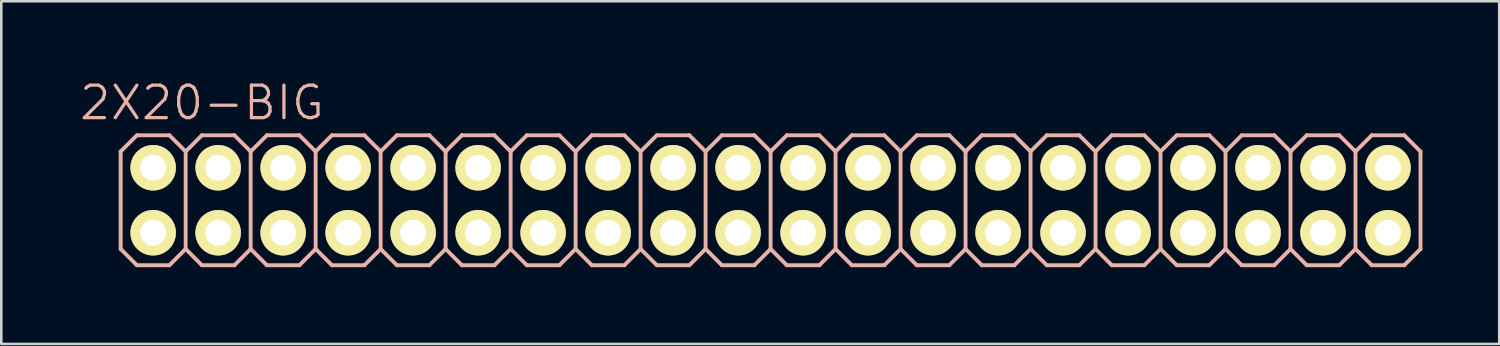
<source format=kicad_pcb>
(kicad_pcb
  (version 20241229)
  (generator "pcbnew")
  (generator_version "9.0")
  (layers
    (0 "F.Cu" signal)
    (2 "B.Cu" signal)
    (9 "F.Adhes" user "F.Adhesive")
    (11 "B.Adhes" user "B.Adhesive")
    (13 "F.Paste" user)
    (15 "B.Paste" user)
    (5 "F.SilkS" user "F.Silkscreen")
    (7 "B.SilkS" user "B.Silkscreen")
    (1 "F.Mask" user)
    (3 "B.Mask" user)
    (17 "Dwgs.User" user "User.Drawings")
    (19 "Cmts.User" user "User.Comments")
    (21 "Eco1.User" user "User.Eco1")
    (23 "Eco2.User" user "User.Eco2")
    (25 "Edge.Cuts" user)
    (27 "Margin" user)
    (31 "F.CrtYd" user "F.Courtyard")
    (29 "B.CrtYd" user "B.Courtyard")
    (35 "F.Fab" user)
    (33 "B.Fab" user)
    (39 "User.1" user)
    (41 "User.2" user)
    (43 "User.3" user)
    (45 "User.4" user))
  (footprint "2X20-BIG"
    (layer "F.Cu")
    (at 27.066 4.776)
    (property "Reference" "2X20-BIG" (at -22.225 -3.81 0) (layer "B.SilkS") (effects (font (size 1.27 1.27) (thickness 0.127))))
    (attr exclude_from_pos_files exclude_from_bom)
    (fp_line (start -24.384 -1.524) (end -23.876 -1.524) (stroke (width 0.066) (type solid)) (layer "F.SilkS"))
    (fp_line (start -24.384 -1.016) (end -24.384 -1.524) (stroke (width 0.066) (type solid)) (layer "F.SilkS"))
    (fp_line (start -24.384 -1.016) (end -23.876 -1.016) (stroke (width 0.066) (type solid)) (layer "F.SilkS"))
    (fp_line (start -24.384 1.016) (end -23.876 1.016) (stroke (width 0.066) (type solid)) (layer "F.SilkS"))
    (fp_line (start -24.384 1.524) (end -24.384 1.016) (stroke (width 0.066) (type solid)) (layer "F.SilkS"))
    (fp_line (start -24.384 1.524) (end -23.876 1.524) (stroke (width 0.066) (type solid)) (layer "F.SilkS"))
    (fp_line (start -23.876 -1.016) (end -23.876 -1.524) (stroke (width 0.066) (type solid)) (layer "F.SilkS"))
    (fp_line (start -23.876 1.524) (end -23.876 1.016) (stroke (width 0.066) (type solid)) (layer "F.SilkS"))
    (fp_line (start -21.844 -1.524) (end -21.336 -1.524) (stroke (width 0.066) (type solid)) (layer "F.SilkS"))
    (fp_line (start -21.844 -1.016) (end -21.844 -1.524) (stroke (width 0.066) (type solid)) (layer "F.SilkS"))
    (fp_line (start -21.844 -1.016) (end -21.336 -1.016) (stroke (width 0.066) (type solid)) (layer "F.SilkS"))
    (fp_line (start -21.844 1.016) (end -21.336 1.016) (stroke (width 0.066) (type solid)) (layer "F.SilkS"))
    (fp_line (start -21.844 1.524) (end -21.844 1.016) (stroke (width 0.066) (type solid)) (layer "F.SilkS"))
    (fp_line (start -21.844 1.524) (end -21.336 1.524) (stroke (width 0.066) (type solid)) (layer "F.SilkS"))
    (fp_line (start -21.336 -1.016) (end -21.336 -1.524) (stroke (width 0.066) (type solid)) (layer "F.SilkS"))
    (fp_line (start -21.336 1.524) (end -21.336 1.016) (stroke (width 0.066) (type solid)) (layer "F.SilkS"))
    (fp_line (start -19.304 -1.524) (end -18.796 -1.524) (stroke (width 0.066) (type solid)) (layer "F.SilkS"))
    (fp_line (start -19.304 -1.016) (end -19.304 -1.524) (stroke (width 0.066) (type solid)) (layer "F.SilkS"))
    (fp_line (start -19.304 -1.016) (end -18.796 -1.016) (stroke (width 0.066) (type solid)) (layer "F.SilkS"))
    (fp_line (start -19.304 1.016) (end -18.796 1.016) (stroke (width 0.066) (type solid)) (layer "F.SilkS"))
    (fp_line (start -19.304 1.524) (end -19.304 1.016) (stroke (width 0.066) (type solid)) (layer "F.SilkS"))
    (fp_line (start -19.304 1.524) (end -18.796 1.524) (stroke (width 0.066) (type solid)) (layer "F.SilkS"))
    (fp_line (start -18.796 -1.016) (end -18.796 -1.524) (stroke (width 0.066) (type solid)) (layer "F.SilkS"))
    (fp_line (start -18.796 1.524) (end -18.796 1.016) (stroke (width 0.066) (type solid)) (layer "F.SilkS"))
    (fp_line (start -16.764 -1.524) (end -16.256 -1.524) (stroke (width 0.066) (type solid)) (layer "F.SilkS"))
    (fp_line (start -16.764 -1.016) (end -16.764 -1.524) (stroke (width 0.066) (type solid)) (layer "F.SilkS"))
    (fp_line (start -16.764 -1.016) (end -16.256 -1.016) (stroke (width 0.066) (type solid)) (layer "F.SilkS"))
    (fp_line (start -16.764 1.016) (end -16.256 1.016) (stroke (width 0.066) (type solid)) (layer "F.SilkS"))
    (fp_line (start -16.764 1.524) (end -16.764 1.016) (stroke (width 0.066) (type solid)) (layer "F.SilkS"))
    (fp_line (start -16.764 1.524) (end -16.256 1.524) (stroke (width 0.066) (type solid)) (layer "F.SilkS"))
    (fp_line (start -16.256 -1.016) (end -16.256 -1.524) (stroke (width 0.066) (type solid)) (layer "F.SilkS"))
    (fp_line (start -16.256 1.524) (end -16.256 1.016) (stroke (width 0.066) (type solid)) (layer "F.SilkS"))
    (fp_line (start -14.224 -1.524) (end -13.716 -1.524) (stroke (width 0.066) (type solid)) (layer "F.SilkS"))
    (fp_line (start -14.224 -1.016) (end -14.224 -1.524) (stroke (width 0.066) (type solid)) (layer "F.SilkS"))
    (fp_line (start -14.224 -1.016) (end -13.716 -1.016) (stroke (width 0.066) (type solid)) (layer "F.SilkS"))
    (fp_line (start -14.224 1.016) (end -13.716 1.016) (stroke (width 0.066) (type solid)) (layer "F.SilkS"))
    (fp_line (start -14.224 1.524) (end -14.224 1.016) (stroke (width 0.066) (type solid)) (layer "F.SilkS"))
    (fp_line (start -14.224 1.524) (end -13.716 1.524) (stroke (width 0.066) (type solid)) (layer "F.SilkS"))
    (fp_line (start -13.716 -1.016) (end -13.716 -1.524) (stroke (width 0.066) (type solid)) (layer "F.SilkS"))
    (fp_line (start -13.716 1.524) (end -13.716 1.016) (stroke (width 0.066) (type solid)) (layer "F.SilkS"))
    (fp_line (start -11.684 -1.524) (end -11.176 -1.524) (stroke (width 0.066) (type solid)) (layer "F.SilkS"))
    (fp_line (start -11.684 -1.016) (end -11.684 -1.524) (stroke (width 0.066) (type solid)) (layer "F.SilkS"))
    (fp_line (start -11.684 -1.016) (end -11.176 -1.016) (stroke (width 0.066) (type solid)) (layer "F.SilkS"))
    (fp_line (start -11.684 1.016) (end -11.176 1.016) (stroke (width 0.066) (type solid)) (layer "F.SilkS"))
    (fp_line (start -11.684 1.524) (end -11.684 1.016) (stroke (width 0.066) (type solid)) (layer "F.SilkS"))
    (fp_line (start -11.684 1.524) (end -11.176 1.524) (stroke (width 0.066) (type solid)) (layer "F.SilkS"))
    (fp_line (start -11.176 -1.016) (end -11.176 -1.524) (stroke (width 0.066) (type solid)) (layer "F.SilkS"))
    (fp_line (start -11.176 1.524) (end -11.176 1.016) (stroke (width 0.066) (type solid)) (layer "F.SilkS"))
    (fp_line (start -9.144 -1.524) (end -8.636 -1.524) (stroke (width 0.066) (type solid)) (layer "F.SilkS"))
    (fp_line (start -9.144 -1.016) (end -9.144 -1.524) (stroke (width 0.066) (type solid)) (layer "F.SilkS"))
    (fp_line (start -9.144 -1.016) (end -8.636 -1.016) (stroke (width 0.066) (type solid)) (layer "F.SilkS"))
    (fp_line (start -9.144 1.016) (end -8.636 1.016) (stroke (width 0.066) (type solid)) (layer "F.SilkS"))
    (fp_line (start -9.144 1.524) (end -9.144 1.016) (stroke (width 0.066) (type solid)) (layer "F.SilkS"))
    (fp_line (start -9.144 1.524) (end -8.636 1.524) (stroke (width 0.066) (type solid)) (layer "F.SilkS"))
    (fp_line (start -8.636 -1.016) (end -8.636 -1.524) (stroke (width 0.066) (type solid)) (layer "F.SilkS"))
    (fp_line (start -8.636 1.524) (end -8.636 1.016) (stroke (width 0.066) (type solid)) (layer "F.SilkS"))
    (fp_line (start -6.604 -1.524) (end -6.096 -1.524) (stroke (width 0.066) (type solid)) (layer "F.SilkS"))
    (fp_line (start -6.604 -1.016) (end -6.604 -1.524) (stroke (width 0.066) (type solid)) (layer "F.SilkS"))
    (fp_line (start -6.604 -1.016) (end -6.096 -1.016) (stroke (width 0.066) (type solid)) (layer "F.SilkS"))
    (fp_line (start -6.604 1.016) (end -6.096 1.016) (stroke (width 0.066) (type solid)) (layer "F.SilkS"))
    (fp_line (start -6.604 1.524) (end -6.604 1.016) (stroke (width 0.066) (type solid)) (layer "F.SilkS"))
    (fp_line (start -6.604 1.524) (end -6.096 1.524) (stroke (width 0.066) (type solid)) (layer "F.SilkS"))
    (fp_line (start -6.096 -1.016) (end -6.096 -1.524) (stroke (width 0.066) (type solid)) (layer "F.SilkS"))
    (fp_line (start -6.096 1.524) (end -6.096 1.016) (stroke (width 0.066) (type solid)) (layer "F.SilkS"))
    (fp_line (start -4.064 -1.524) (end -3.556 -1.524) (stroke (width 0.066) (type solid)) (layer "F.SilkS"))
    (fp_line (start -4.064 -1.016) (end -4.064 -1.524) (stroke (width 0.066) (type solid)) (layer "F.SilkS"))
    (fp_line (start -4.064 -1.016) (end -3.556 -1.016) (stroke (width 0.066) (type solid)) (layer "F.SilkS"))
    (fp_line (start -4.064 1.016) (end -3.556 1.016) (stroke (width 0.066) (type solid)) (layer "F.SilkS"))
    (fp_line (start -4.064 1.524) (end -4.064 1.016) (stroke (width 0.066) (type solid)) (layer "F.SilkS"))
    (fp_line (start -4.064 1.524) (end -3.556 1.524) (stroke (width 0.066) (type solid)) (layer "F.SilkS"))
    (fp_line (start -3.556 -1.016) (end -3.556 -1.524) (stroke (width 0.066) (type solid)) (layer "F.SilkS"))
    (fp_line (start -3.556 1.524) (end -3.556 1.016) (stroke (width 0.066) (type solid)) (layer "F.SilkS"))
    (fp_line (start -1.524 -1.524) (end -1.016 -1.524) (stroke (width 0.066) (type solid)) (layer "F.SilkS"))
    (fp_line (start -1.524 -1.016) (end -1.524 -1.524) (stroke (width 0.066) (type solid)) (layer "F.SilkS"))
    (fp_line (start -1.524 -1.016) (end -1.016 -1.016) (stroke (width 0.066) (type solid)) (layer "F.SilkS"))
    (fp_line (start -1.524 1.016) (end -1.016 1.016) (stroke (width 0.066) (type solid)) (layer "F.SilkS"))
    (fp_line (start -1.524 1.524) (end -1.524 1.016) (stroke (width 0.066) (type solid)) (layer "F.SilkS"))
    (fp_line (start -1.524 1.524) (end -1.016 1.524) (stroke (width 0.066) (type solid)) (layer "F.SilkS"))
    (fp_line (start -1.016 -1.016) (end -1.016 -1.524) (stroke (width 0.066) (type solid)) (layer "F.SilkS"))
    (fp_line (start -1.016 1.524) (end -1.016 1.016) (stroke (width 0.066) (type solid)) (layer "F.SilkS"))
    (fp_line (start 1.016 -1.524) (end 1.524 -1.524) (stroke (width 0.066) (type solid)) (layer "F.SilkS"))
    (fp_line (start 1.016 -1.016) (end 1.016 -1.524) (stroke (width 0.066) (type solid)) (layer "F.SilkS"))
    (fp_line (start 1.016 -1.016) (end 1.524 -1.016) (stroke (width 0.066) (type solid)) (layer "F.SilkS"))
    (fp_line (start 1.016 1.016) (end 1.524 1.016) (stroke (width 0.066) (type solid)) (layer "F.SilkS"))
    (fp_line (start 1.016 1.524) (end 1.016 1.016) (stroke (width 0.066) (type solid)) (layer "F.SilkS"))
    (fp_line (start 1.016 1.524) (end 1.524 1.524) (stroke (width 0.066) (type solid)) (layer "F.SilkS"))
    (fp_line (start 1.524 -1.016) (end 1.524 -1.524) (stroke (width 0.066) (type solid)) (layer "F.SilkS"))
    (fp_line (start 1.524 1.524) (end 1.524 1.016) (stroke (width 0.066) (type solid)) (layer "F.SilkS"))
    (fp_line (start 3.556 -1.524) (end 4.064 -1.524) (stroke (width 0.066) (type solid)) (layer "F.SilkS"))
    (fp_line (start 3.556 -1.016) (end 3.556 -1.524) (stroke (width 0.066) (type solid)) (layer "F.SilkS"))
    (fp_line (start 3.556 -1.016) (end 4.064 -1.016) (stroke (width 0.066) (type solid)) (layer "F.SilkS"))
    (fp_line (start 3.556 1.016) (end 4.064 1.016) (stroke (width 0.066) (type solid)) (layer "F.SilkS"))
    (fp_line (start 3.556 1.524) (end 3.556 1.016) (stroke (width 0.066) (type solid)) (layer "F.SilkS"))
    (fp_line (start 3.556 1.524) (end 4.064 1.524) (stroke (width 0.066) (type solid)) (layer "F.SilkS"))
    (fp_line (start 4.064 -1.016) (end 4.064 -1.524) (stroke (width 0.066) (type solid)) (layer "F.SilkS"))
    (fp_line (start 4.064 1.524) (end 4.064 1.016) (stroke (width 0.066) (type solid)) (layer "F.SilkS"))
    (fp_line (start 6.096 -1.524) (end 6.604 -1.524) (stroke (width 0.066) (type solid)) (layer "F.SilkS"))
    (fp_line (start 6.096 -1.016) (end 6.096 -1.524) (stroke (width 0.066) (type solid)) (layer "F.SilkS"))
    (fp_line (start 6.096 -1.016) (end 6.604 -1.016) (stroke (width 0.066) (type solid)) (layer "F.SilkS"))
    (fp_line (start 6.096 1.016) (end 6.604 1.016) (stroke (width 0.066) (type solid)) (layer "F.SilkS"))
    (fp_line (start 6.096 1.524) (end 6.096 1.016) (stroke (width 0.066) (type solid)) (layer "F.SilkS"))
    (fp_line (start 6.096 1.524) (end 6.604 1.524) (stroke (width 0.066) (type solid)) (layer "F.SilkS"))
    (fp_line (start 6.604 -1.016) (end 6.604 -1.524) (stroke (width 0.066) (type solid)) (layer "F.SilkS"))
    (fp_line (start 6.604 1.524) (end 6.604 1.016) (stroke (width 0.066) (type solid)) (layer "F.SilkS"))
    (fp_line (start 8.636 -1.524) (end 9.144 -1.524) (stroke (width 0.066) (type solid)) (layer "F.SilkS"))
    (fp_line (start 8.636 -1.016) (end 8.636 -1.524) (stroke (width 0.066) (type solid)) (layer "F.SilkS"))
    (fp_line (start 8.636 -1.016) (end 9.144 -1.016) (stroke (width 0.066) (type solid)) (layer "F.SilkS"))
    (fp_line (start 8.636 1.016) (end 9.144 1.016) (stroke (width 0.066) (type solid)) (layer "F.SilkS"))
    (fp_line (start 8.636 1.524) (end 8.636 1.016) (stroke (width 0.066) (type solid)) (layer "F.SilkS"))
    (fp_line (start 8.636 1.524) (end 9.144 1.524) (stroke (width 0.066) (type solid)) (layer "F.SilkS"))
    (fp_line (start 9.144 -1.016) (end 9.144 -1.524) (stroke (width 0.066) (type solid)) (layer "F.SilkS"))
    (fp_line (start 9.144 1.524) (end 9.144 1.016) (stroke (width 0.066) (type solid)) (layer "F.SilkS"))
    (fp_line (start 11.176 -1.524) (end 11.684 -1.524) (stroke (width 0.066) (type solid)) (layer "F.SilkS"))
    (fp_line (start 11.176 -1.016) (end 11.176 -1.524) (stroke (width 0.066) (type solid)) (layer "F.SilkS"))
    (fp_line (start 11.176 -1.016) (end 11.684 -1.016) (stroke (width 0.066) (type solid)) (layer "F.SilkS"))
    (fp_line (start 11.176 1.016) (end 11.684 1.016) (stroke (width 0.066) (type solid)) (layer "F.SilkS"))
    (fp_line (start 11.176 1.524) (end 11.176 1.016) (stroke (width 0.066) (type solid)) (layer "F.SilkS"))
    (fp_line (start 11.176 1.524) (end 11.684 1.524) (stroke (width 0.066) (type solid)) (layer "F.SilkS"))
    (fp_line (start 11.684 -1.016) (end 11.684 -1.524) (stroke (width 0.066) (type solid)) (layer "F.SilkS"))
    (fp_line (start 11.684 1.524) (end 11.684 1.016) (stroke (width 0.066) (type solid)) (layer "F.SilkS"))
    (fp_line (start 13.716 -1.524) (end 14.224 -1.524) (stroke (width 0.066) (type solid)) (layer "F.SilkS"))
    (fp_line (start 13.716 -1.016) (end 13.716 -1.524) (stroke (width 0.066) (type solid)) (layer "F.SilkS"))
    (fp_line (start 13.716 -1.016) (end 14.224 -1.016) (stroke (width 0.066) (type solid)) (layer "F.SilkS"))
    (fp_line (start 13.716 1.016) (end 14.224 1.016) (stroke (width 0.066) (type solid)) (layer "F.SilkS"))
    (fp_line (start 13.716 1.524) (end 13.716 1.016) (stroke (width 0.066) (type solid)) (layer "F.SilkS"))
    (fp_line (start 13.716 1.524) (end 14.224 1.524) (stroke (width 0.066) (type solid)) (layer "F.SilkS"))
    (fp_line (start 14.224 -1.016) (end 14.224 -1.524) (stroke (width 0.066) (type solid)) (layer "F.SilkS"))
    (fp_line (start 14.224 1.524) (end 14.224 1.016) (stroke (width 0.066) (type solid)) (layer "F.SilkS"))
    (fp_line (start 16.256 -1.524) (end 16.764 -1.524) (stroke (width 0.066) (type solid)) (layer "F.SilkS"))
    (fp_line (start 16.256 -1.016) (end 16.256 -1.524) (stroke (width 0.066) (type solid)) (layer "F.SilkS"))
    (fp_line (start 16.256 -1.016) (end 16.764 -1.016) (stroke (width 0.066) (type solid)) (layer "F.SilkS"))
    (fp_line (start 16.256 1.016) (end 16.764 1.016) (stroke (width 0.066) (type solid)) (layer "F.SilkS"))
    (fp_line (start 16.256 1.524) (end 16.256 1.016) (stroke (width 0.066) (type solid)) (layer "F.SilkS"))
    (fp_line (start 16.256 1.524) (end 16.764 1.524) (stroke (width 0.066) (type solid)) (layer "F.SilkS"))
    (fp_line (start 16.764 -1.016) (end 16.764 -1.524) (stroke (width 0.066) (type solid)) (layer "F.SilkS"))
    (fp_line (start 16.764 1.524) (end 16.764 1.016) (stroke (width 0.066) (type solid)) (layer "F.SilkS"))
    (fp_line (start 18.796 -1.524) (end 19.304 -1.524) (stroke (width 0.066) (type solid)) (layer "F.SilkS"))
    (fp_line (start 18.796 -1.016) (end 18.796 -1.524) (stroke (width 0.066) (type solid)) (layer "F.SilkS"))
    (fp_line (start 18.796 -1.016) (end 19.304 -1.016) (stroke (width 0.066) (type solid)) (layer "F.SilkS"))
    (fp_line (start 18.796 1.016) (end 19.304 1.016) (stroke (width 0.066) (type solid)) (layer "F.SilkS"))
    (fp_line (start 18.796 1.524) (end 18.796 1.016) (stroke (width 0.066) (type solid)) (layer "F.SilkS"))
    (fp_line (start 18.796 1.524) (end 19.304 1.524) (stroke (width 0.066) (type solid)) (layer "F.SilkS"))
    (fp_line (start 19.304 -1.016) (end 19.304 -1.524) (stroke (width 0.066) (type solid)) (layer "F.SilkS"))
    (fp_line (start 19.304 1.524) (end 19.304 1.016) (stroke (width 0.066) (type solid)) (layer "F.SilkS"))
    (fp_line (start 21.336 -1.524) (end 21.844 -1.524) (stroke (width 0.066) (type solid)) (layer "F.SilkS"))
    (fp_line (start 21.336 -1.016) (end 21.336 -1.524) (stroke (width 0.066) (type solid)) (layer "F.SilkS"))
    (fp_line (start 21.336 -1.016) (end 21.844 -1.016) (stroke (width 0.066) (type solid)) (layer "F.SilkS"))
    (fp_line (start 21.336 1.016) (end 21.844 1.016) (stroke (width 0.066) (type solid)) (layer "F.SilkS"))
    (fp_line (start 21.336 1.524) (end 21.336 1.016) (stroke (width 0.066) (type solid)) (layer "F.SilkS"))
    (fp_line (start 21.336 1.524) (end 21.844 1.524) (stroke (width 0.066) (type solid)) (layer "F.SilkS"))
    (fp_line (start 21.844 -1.016) (end 21.844 -1.524) (stroke (width 0.066) (type solid)) (layer "F.SilkS"))
    (fp_line (start 21.844 1.524) (end 21.844 1.016) (stroke (width 0.066) (type solid)) (layer "F.SilkS"))
    (fp_line (start 23.876 -1.524) (end 24.384 -1.524) (stroke (width 0.066) (type solid)) (layer "F.SilkS"))
    (fp_line (start 23.876 -1.016) (end 23.876 -1.524) (stroke (width 0.066) (type solid)) (layer "F.SilkS"))
    (fp_line (start 23.876 -1.016) (end 24.384 -1.016) (stroke (width 0.066) (type solid)) (layer "F.SilkS"))
    (fp_line (start 23.876 1.016) (end 24.384 1.016) (stroke (width 0.066) (type solid)) (layer "F.SilkS"))
    (fp_line (start 23.876 1.524) (end 23.876 1.016) (stroke (width 0.066) (type solid)) (layer "F.SilkS"))
    (fp_line (start 23.876 1.524) (end 24.384 1.524) (stroke (width 0.066) (type solid)) (layer "F.SilkS"))
    (fp_line (start 24.384 -1.016) (end 24.384 -1.524) (stroke (width 0.066) (type solid)) (layer "F.SilkS"))
    (fp_line (start 24.384 1.524) (end 24.384 1.016) (stroke (width 0.066) (type solid)) (layer "F.SilkS"))
    (fp_line (start -25.4 -1.905) (end -24.765 -2.54) (stroke (width 0.152) (type solid)) (layer "B.SilkS"))
    (fp_line (start -25.4 1.905) (end -25.4 -1.905) (stroke (width 0.152) (type solid)) (layer "B.SilkS"))
    (fp_line (start -25.4 1.905) (end -24.765 2.54) (stroke (width 0.152) (type solid)) (layer "B.SilkS"))
    (fp_line (start -24.765 -2.54) (end -23.495 -2.54) (stroke (width 0.152) (type solid)) (layer "B.SilkS"))
    (fp_line (start -24.765 2.54) (end -23.495 2.54) (stroke (width 0.152) (type solid)) (layer "B.SilkS"))
    (fp_line (start -23.495 -2.54) (end -22.86 -1.905) (stroke (width 0.152) (type solid)) (layer "B.SilkS"))
    (fp_line (start -23.495 2.54) (end -22.86 1.905) (stroke (width 0.152) (type solid)) (layer "B.SilkS"))
    (fp_line (start -22.86 -1.905) (end -22.86 1.905) (stroke (width 0.152) (type solid)) (layer "B.SilkS"))
    (fp_line (start -22.86 -1.905) (end -22.225 -2.54) (stroke (width 0.152) (type solid)) (layer "B.SilkS"))
    (fp_line (start -22.86 1.905) (end -22.225 2.54) (stroke (width 0.152) (type solid)) (layer "B.SilkS"))
    (fp_line (start -22.225 -2.54) (end -20.955 -2.54) (stroke (width 0.152) (type solid)) (layer "B.SilkS"))
    (fp_line (start -22.225 2.54) (end -20.955 2.54) (stroke (width 0.152) (type solid)) (layer "B.SilkS"))
    (fp_line (start -20.955 -2.54) (end -20.32 -1.905) (stroke (width 0.152) (type solid)) (layer "B.SilkS"))
    (fp_line (start -20.955 2.54) (end -20.32 1.905) (stroke (width 0.152) (type solid)) (layer "B.SilkS"))
    (fp_line (start -20.32 -1.905) (end -20.32 1.905) (stroke (width 0.152) (type solid)) (layer "B.SilkS"))
    (fp_line (start -20.32 -1.905) (end -19.685 -2.54) (stroke (width 0.152) (type solid)) (layer "B.SilkS"))
    (fp_line (start -20.32 1.905) (end -19.685 2.54) (stroke (width 0.152) (type solid)) (layer "B.SilkS"))
    (fp_line (start -19.685 -2.54) (end -18.415 -2.54) (stroke (width 0.152) (type solid)) (layer "B.SilkS"))
    (fp_line (start -19.685 2.54) (end -18.415 2.54) (stroke (width 0.152) (type solid)) (layer "B.SilkS"))
    (fp_line (start -18.415 -2.54) (end -17.78 -1.905) (stroke (width 0.152) (type solid)) (layer "B.SilkS"))
    (fp_line (start -18.415 2.54) (end -17.78 1.905) (stroke (width 0.152) (type solid)) (layer "B.SilkS"))
    (fp_line (start -17.78 -1.905) (end -17.78 1.905) (stroke (width 0.152) (type solid)) (layer "B.SilkS"))
    (fp_line (start -17.78 -1.905) (end -17.145 -2.54) (stroke (width 0.152) (type solid)) (layer "B.SilkS"))
    (fp_line (start -17.78 1.905) (end -17.145 2.54) (stroke (width 0.152) (type solid)) (layer "B.SilkS"))
    (fp_line (start -17.145 -2.54) (end -15.875 -2.54) (stroke (width 0.152) (type solid)) (layer "B.SilkS"))
    (fp_line (start -17.145 2.54) (end -15.875 2.54) (stroke (width 0.152) (type solid)) (layer "B.SilkS"))
    (fp_line (start -15.875 -2.54) (end -15.24 -1.905) (stroke (width 0.152) (type solid)) (layer "B.SilkS"))
    (fp_line (start -15.875 2.54) (end -15.24 1.905) (stroke (width 0.152) (type solid)) (layer "B.SilkS"))
    (fp_line (start -15.24 -1.905) (end -15.24 1.905) (stroke (width 0.152) (type solid)) (layer "B.SilkS"))
    (fp_line (start -15.24 -1.905) (end -14.605 -2.54) (stroke (width 0.152) (type solid)) (layer "B.SilkS"))
    (fp_line (start -15.24 1.905) (end -14.605 2.54) (stroke (width 0.152) (type solid)) (layer "B.SilkS"))
    (fp_line (start -14.605 -2.54) (end -13.335 -2.54) (stroke (width 0.152) (type solid)) (layer "B.SilkS"))
    (fp_line (start -14.605 2.54) (end -13.335 2.54) (stroke (width 0.152) (type solid)) (layer "B.SilkS"))
    (fp_line (start -13.335 -2.54) (end -12.7 -1.905) (stroke (width 0.152) (type solid)) (layer "B.SilkS"))
    (fp_line (start -13.335 2.54) (end -12.7 1.905) (stroke (width 0.152) (type solid)) (layer "B.SilkS"))
    (fp_line (start -12.7 -1.905) (end -12.7 1.905) (stroke (width 0.152) (type solid)) (layer "B.SilkS"))
    (fp_line (start -12.7 -1.905) (end -12.065 -2.54) (stroke (width 0.152) (type solid)) (layer "B.SilkS"))
    (fp_line (start -12.7 1.905) (end -12.065 2.54) (stroke (width 0.152) (type solid)) (layer "B.SilkS"))
    (fp_line (start -12.065 -2.54) (end -10.795 -2.54) (stroke (width 0.152) (type solid)) (layer "B.SilkS"))
    (fp_line (start -12.065 2.54) (end -10.795 2.54) (stroke (width 0.152) (type solid)) (layer "B.SilkS"))
    (fp_line (start -10.795 -2.54) (end -10.16 -1.905) (stroke (width 0.152) (type solid)) (layer "B.SilkS"))
    (fp_line (start -10.795 2.54) (end -10.16 1.905) (stroke (width 0.152) (type solid)) (layer "B.SilkS"))
    (fp_line (start -10.16 -1.905) (end -10.16 1.905) (stroke (width 0.152) (type solid)) (layer "B.SilkS"))
    (fp_line (start -10.16 -1.905) (end -9.525 -2.54) (stroke (width 0.152) (type solid)) (layer "B.SilkS"))
    (fp_line (start -10.16 1.905) (end -9.525 2.54) (stroke (width 0.152) (type solid)) (layer "B.SilkS"))
    (fp_line (start -9.525 -2.54) (end -8.255 -2.54) (stroke (width 0.152) (type solid)) (layer "B.SilkS"))
    (fp_line (start -8.255 -2.54) (end -7.62 -1.905) (stroke (width 0.152) (type solid)) (layer "B.SilkS"))
    (fp_line (start -8.255 2.54) (end -9.525 2.54) (stroke (width 0.152) (type solid)) (layer "B.SilkS"))
    (fp_line (start -7.62 -1.905) (end -7.62 1.905) (stroke (width 0.152) (type solid)) (layer "B.SilkS"))
    (fp_line (start -7.62 -1.905) (end -6.985 -2.54) (stroke (width 0.152) (type solid)) (layer "B.SilkS"))
    (fp_line (start -7.62 1.905) (end -8.255 2.54) (stroke (width 0.152) (type solid)) (layer "B.SilkS"))
    (fp_line (start -7.62 1.905) (end -6.985 2.54) (stroke (width 0.152) (type solid)) (layer "B.SilkS"))
    (fp_line (start -6.985 -2.54) (end -5.715 -2.54) (stroke (width 0.152) (type solid)) (layer "B.SilkS"))
    (fp_line (start -5.715 -2.54) (end -5.08 -1.905) (stroke (width 0.152) (type solid)) (layer "B.SilkS"))
    (fp_line (start -5.715 2.54) (end -6.985 2.54) (stroke (width 0.152) (type solid)) (layer "B.SilkS"))
    (fp_line (start -5.08 -1.905) (end -5.08 1.905) (stroke (width 0.152) (type solid)) (layer "B.SilkS"))
    (fp_line (start -5.08 -1.905) (end -4.445 -2.54) (stroke (width 0.152) (type solid)) (layer "B.SilkS"))
    (fp_line (start -5.08 1.905) (end -5.715 2.54) (stroke (width 0.152) (type solid)) (layer "B.SilkS"))
    (fp_line (start -5.08 1.905) (end -4.445 2.54) (stroke (width 0.152) (type solid)) (layer "B.SilkS"))
    (fp_line (start -4.445 -2.54) (end -3.175 -2.54) (stroke (width 0.152) (type solid)) (layer "B.SilkS"))
    (fp_line (start -3.175 -2.54) (end -2.54 -1.905) (stroke (width 0.152) (type solid)) (layer "B.SilkS"))
    (fp_line (start -3.175 2.54) (end -4.445 2.54) (stroke (width 0.152) (type solid)) (layer "B.SilkS"))
    (fp_line (start -2.54 -1.905) (end -2.54 1.905) (stroke (width 0.152) (type solid)) (layer "B.SilkS"))
    (fp_line (start -2.54 -1.905) (end -1.905 -2.54) (stroke (width 0.152) (type solid)) (layer "B.SilkS"))
    (fp_line (start -2.54 1.905) (end -3.175 2.54) (stroke (width 0.152) (type solid)) (layer "B.SilkS"))
    (fp_line (start -2.54 1.905) (end -1.905 2.54) (stroke (width 0.152) (type solid)) (layer "B.SilkS"))
    (fp_line (start -1.905 -2.54) (end -0.635 -2.54) (stroke (width 0.152) (type solid)) (layer "B.SilkS"))
    (fp_line (start -0.635 -2.54) (end 0 -1.905) (stroke (width 0.152) (type solid)) (layer "B.SilkS"))
    (fp_line (start -0.635 2.54) (end -1.905 2.54) (stroke (width 0.152) (type solid)) (layer "B.SilkS"))
    (fp_line (start 0 -1.905) (end 0 1.905) (stroke (width 0.152) (type solid)) (layer "B.SilkS"))
    (fp_line (start 0 -1.905) (end 0.635 -2.54) (stroke (width 0.152) (type solid)) (layer "B.SilkS"))
    (fp_line (start 0 1.905) (end -0.635 2.54) (stroke (width 0.152) (type solid)) (layer "B.SilkS"))
    (fp_line (start 0 1.905) (end 0.635 2.54) (stroke (width 0.152) (type solid)) (layer "B.SilkS"))
    (fp_line (start 0.635 -2.54) (end 1.905 -2.54) (stroke (width 0.152) (type solid)) (layer "B.SilkS"))
    (fp_line (start 1.905 -2.54) (end 2.54 -1.905) (stroke (width 0.152) (type solid)) (layer "B.SilkS"))
    (fp_line (start 1.905 2.54) (end 0.635 2.54) (stroke (width 0.152) (type solid)) (layer "B.SilkS"))
    (fp_line (start 2.54 -1.905) (end 2.54 1.905) (stroke (width 0.152) (type solid)) (layer "B.SilkS"))
    (fp_line (start 2.54 -1.905) (end 3.175 -2.54) (stroke (width 0.152) (type solid)) (layer "B.SilkS"))
    (fp_line (start 2.54 1.905) (end 1.905 2.54) (stroke (width 0.152) (type solid)) (layer "B.SilkS"))
    (fp_line (start 2.54 1.905) (end 3.175 2.54) (stroke (width 0.152) (type solid)) (layer "B.SilkS"))
    (fp_line (start 3.175 -2.54) (end 4.445 -2.54) (stroke (width 0.152) (type solid)) (layer "B.SilkS"))
    (fp_line (start 4.445 2.54) (end 3.175 2.54) (stroke (width 0.152) (type solid)) (layer "B.SilkS"))
    (fp_line (start 5.08 -1.905) (end 4.445 -2.54) (stroke (width 0.152) (type solid)) (layer "B.SilkS"))
    (fp_line (start 5.08 -1.905) (end 5.08 1.905) (stroke (width 0.152) (type solid)) (layer "B.SilkS"))
    (fp_line (start 5.08 -1.905) (end 5.715 -2.54) (stroke (width 0.152) (type solid)) (layer "B.SilkS"))
    (fp_line (start 5.08 1.905) (end 4.445 2.54) (stroke (width 0.152) (type solid)) (layer "B.SilkS"))
    (fp_line (start 5.08 1.905) (end 5.715 2.54) (stroke (width 0.152) (type solid)) (layer "B.SilkS"))
    (fp_line (start 6.985 -2.54) (end 5.715 -2.54) (stroke (width 0.152) (type solid)) (layer "B.SilkS"))
    (fp_line (start 6.985 -2.54) (end 7.62 -1.905) (stroke (width 0.152) (type solid)) (layer "B.SilkS"))
    (fp_line (start 6.985 2.54) (end 5.715 2.54) (stroke (width 0.152) (type solid)) (layer "B.SilkS"))
    (fp_line (start 7.62 -1.905) (end 7.62 1.905) (stroke (width 0.152) (type solid)) (layer "B.SilkS"))
    (fp_line (start 7.62 -1.905) (end 8.255 -2.54) (stroke (width 0.152) (type solid)) (layer "B.SilkS"))
    (fp_line (start 7.62 1.905) (end 6.985 2.54) (stroke (width 0.152) (type solid)) (layer "B.SilkS"))
    (fp_line (start 7.62 1.905) (end 8.255 2.54) (stroke (width 0.152) (type solid)) (layer "B.SilkS"))
    (fp_line (start 9.525 -2.54) (end 8.255 -2.54) (stroke (width 0.152) (type solid)) (layer "B.SilkS"))
    (fp_line (start 9.525 -2.54) (end 10.16 -1.905) (stroke (width 0.152) (type solid)) (layer "B.SilkS"))
    (fp_line (start 9.525 2.54) (end 8.255 2.54) (stroke (width 0.152) (type solid)) (layer "B.SilkS"))
    (fp_line (start 10.16 -1.905) (end 10.16 1.905) (stroke (width 0.152) (type solid)) (layer "B.SilkS"))
    (fp_line (start 10.16 -1.905) (end 10.795 -2.54) (stroke (width 0.152) (type solid)) (layer "B.SilkS"))
    (fp_line (start 10.16 1.905) (end 9.525 2.54) (stroke (width 0.152) (type solid)) (layer "B.SilkS"))
    (fp_line (start 10.795 2.54) (end 10.16 1.905) (stroke (width 0.152) (type solid)) (layer "B.SilkS"))
    (fp_line (start 10.795 2.54) (end 12.065 2.54) (stroke (width 0.152) (type solid)) (layer "B.SilkS"))
    (fp_line (start 12.065 -2.54) (end 10.795 -2.54) (stroke (width 0.152) (type solid)) (layer "B.SilkS"))
    (fp_line (start 12.065 -2.54) (end 12.7 -1.905) (stroke (width 0.152) (type solid)) (layer "B.SilkS"))
    (fp_line (start 12.7 -1.905) (end 12.7 1.905) (stroke (width 0.152) (type solid)) (layer "B.SilkS"))
    (fp_line (start 12.7 -1.905) (end 13.335 -2.54) (stroke (width 0.152) (type solid)) (layer "B.SilkS"))
    (fp_line (start 12.7 1.905) (end 12.065 2.54) (stroke (width 0.152) (type solid)) (layer "B.SilkS"))
    (fp_line (start 13.335 2.54) (end 12.7 1.905) (stroke (width 0.152) (type solid)) (layer "B.SilkS"))
    (fp_line (start 13.335 2.54) (end 14.605 2.54) (stroke (width 0.152) (type solid)) (layer "B.SilkS"))
    (fp_line (start 14.605 -2.54) (end 13.335 -2.54) (stroke (width 0.152) (type solid)) (layer "B.SilkS"))
    (fp_line (start 14.605 -2.54) (end 15.24 -1.905) (stroke (width 0.152) (type solid)) (layer "B.SilkS"))
    (fp_line (start 15.24 -1.905) (end 15.24 1.905) (stroke (width 0.152) (type solid)) (layer "B.SilkS"))
    (fp_line (start 15.24 -1.905) (end 15.875 -2.54) (stroke (width 0.152) (type solid)) (layer "B.SilkS"))
    (fp_line (start 15.24 1.905) (end 14.605 2.54) (stroke (width 0.152) (type solid)) (layer "B.SilkS"))
    (fp_line (start 15.24 1.905) (end 15.875 2.54) (stroke (width 0.152) (type solid)) (layer "B.SilkS"))
    (fp_line (start 17.145 -2.54) (end 15.875 -2.54) (stroke (width 0.152) (type solid)) (layer "B.SilkS"))
    (fp_line (start 17.145 -2.54) (end 17.78 -1.905) (stroke (width 0.152) (type solid)) (layer "B.SilkS"))
    (fp_line (start 17.145 2.54) (end 15.875 2.54) (stroke (width 0.152) (type solid)) (layer "B.SilkS"))
    (fp_line (start 17.78 -1.905) (end 17.78 1.905) (stroke (width 0.152) (type solid)) (layer "B.SilkS"))
    (fp_line (start 17.78 -1.905) (end 18.415 -2.54) (stroke (width 0.152) (type solid)) (layer "B.SilkS"))
    (fp_line (start 17.78 1.905) (end 17.145 2.54) (stroke (width 0.152) (type solid)) (layer "B.SilkS"))
    (fp_line (start 17.78 1.905) (end 18.415 2.54) (stroke (width 0.152) (type solid)) (layer "B.SilkS"))
    (fp_line (start 19.685 -2.54) (end 18.415 -2.54) (stroke (width 0.152) (type solid)) (layer "B.SilkS"))
    (fp_line (start 19.685 -2.54) (end 20.32 -1.905) (stroke (width 0.152) (type solid)) (layer "B.SilkS"))
    (fp_line (start 19.685 2.54) (end 18.415 2.54) (stroke (width 0.152) (type solid)) (layer "B.SilkS"))
    (fp_line (start 20.32 -1.905) (end 20.32 1.905) (stroke (width 0.152) (type solid)) (layer "B.SilkS"))
    (fp_line (start 20.32 -1.905) (end 20.955 -2.54) (stroke (width 0.152) (type solid)) (layer "B.SilkS"))
    (fp_line (start 20.32 1.905) (end 19.685 2.54) (stroke (width 0.152) (type solid)) (layer "B.SilkS"))
    (fp_line (start 20.32 1.905) (end 20.955 2.54) (stroke (width 0.152) (type solid)) (layer "B.SilkS"))
    (fp_line (start 22.225 -2.54) (end 20.955 -2.54) (stroke (width 0.152) (type solid)) (layer "B.SilkS"))
    (fp_line (start 22.225 -2.54) (end 22.86 -1.905) (stroke (width 0.152) (type solid)) (layer "B.SilkS"))
    (fp_line (start 22.225 2.54) (end 20.955 2.54) (stroke (width 0.152) (type solid)) (layer "B.SilkS"))
    (fp_line (start 22.86 -1.905) (end 22.86 1.905) (stroke (width 0.152) (type solid)) (layer "B.SilkS"))
    (fp_line (start 22.86 -1.905) (end 23.495 -2.54) (stroke (width 0.152) (type solid)) (layer "B.SilkS"))
    (fp_line (start 22.86 1.905) (end 22.225 2.54) (stroke (width 0.152) (type solid)) (layer "B.SilkS"))
    (fp_line (start 22.86 1.905) (end 23.495 2.54) (stroke (width 0.152) (type solid)) (layer "B.SilkS"))
    (fp_line (start 24.765 -2.54) (end 23.495 -2.54) (stroke (width 0.152) (type solid)) (layer "B.SilkS"))
    (fp_line (start 24.765 -2.54) (end 25.4 -1.905) (stroke (width 0.152) (type solid)) (layer "B.SilkS"))
    (fp_line (start 24.765 2.54) (end 23.495 2.54) (stroke (width 0.152) (type solid)) (layer "B.SilkS"))
    (fp_line (start 25.4 -1.905) (end 25.4 1.905) (stroke (width 0.152) (type solid)) (layer "B.SilkS"))
    (fp_line (start 25.4 1.905) (end 24.765 2.54) (stroke (width 0.152) (type solid)) (layer "B.SilkS"))
    (pad "1" thru_hole circle (at -24.13 1.27) (size 1.778 1.778) (drill 1.016) (layers "*.Cu" "F.Mask" "F.SilkS" "F.Paste"))
    (pad "2" thru_hole circle (at -24.13 -1.27) (size 1.778 1.778) (drill 1.016) (layers "*.Cu" "F.Mask" "F.SilkS" "F.Paste"))
    (pad "3" thru_hole circle (at -21.59 1.27) (size 1.778 1.778) (drill 1.016) (layers "*.Cu" "F.Mask" "F.SilkS" "F.Paste"))
    (pad "4" thru_hole circle (at -21.59 -1.27) (size 1.778 1.778) (drill 1.016) (layers "*.Cu" "F.Mask" "F.SilkS" "F.Paste"))
    (pad "5" thru_hole circle (at -19.05 1.27) (size 1.778 1.778) (drill 1.016) (layers "*.Cu" "F.Mask" "F.SilkS" "F.Paste"))
    (pad "6" thru_hole circle (at -19.05 -1.27) (size 1.778 1.778) (drill 1.016) (layers "*.Cu" "F.Mask" "F.SilkS" "F.Paste"))
    (pad "7" thru_hole circle (at -16.51 1.27) (size 1.778 1.778) (drill 1.016) (layers "*.Cu" "F.Mask" "F.SilkS" "F.Paste"))
    (pad "8" thru_hole circle (at -16.51 -1.27) (size 1.778 1.778) (drill 1.016) (layers "*.Cu" "F.Mask" "F.SilkS" "F.Paste"))
    (pad "9" thru_hole circle (at -13.97 1.27) (size 1.778 1.778) (drill 1.016) (layers "*.Cu" "F.Mask" "F.SilkS" "F.Paste"))
    (pad "10" thru_hole circle (at -13.97 -1.27) (size 1.778 1.778) (drill 1.016) (layers "*.Cu" "F.Mask" "F.SilkS" "F.Paste"))
    (pad "11" thru_hole circle (at -11.43 1.27) (size 1.778 1.778) (drill 1.016) (layers "*.Cu" "F.Mask" "F.SilkS" "F.Paste"))
    (pad "12" thru_hole circle (at -11.43 -1.27) (size 1.778 1.778) (drill 1.016) (layers "*.Cu" "F.Mask" "F.SilkS" "F.Paste"))
    (pad "13" thru_hole circle (at -8.89 1.27) (size 1.778 1.778) (drill 1.016) (layers "*.Cu" "F.Mask" "F.SilkS" "F.Paste"))
    (pad "14" thru_hole circle (at -8.89 -1.27) (size 1.778 1.778) (drill 1.016) (layers "*.Cu" "F.Mask" "F.SilkS" "F.Paste"))
    (pad "15" thru_hole circle (at -6.35 1.27) (size 1.778 1.778) (drill 1.016) (layers "*.Cu" "F.Mask" "F.SilkS" "F.Paste"))
    (pad "16" thru_hole circle (at -6.35 -1.27) (size 1.778 1.778) (drill 1.016) (layers "*.Cu" "F.Mask" "F.SilkS" "F.Paste"))
    (pad "17" thru_hole circle (at -3.81 1.27) (size 1.778 1.778) (drill 1.016) (layers "*.Cu" "F.Mask" "F.SilkS" "F.Paste"))
    (pad "18" thru_hole circle (at -3.81 -1.27) (size 1.778 1.778) (drill 1.016) (layers "*.Cu" "F.Mask" "F.SilkS" "F.Paste"))
    (pad "19" thru_hole circle (at -1.27 1.27) (size 1.778 1.778) (drill 1.016) (layers "*.Cu" "F.Mask" "F.SilkS" "F.Paste"))
    (pad "20" thru_hole circle (at -1.27 -1.27) (size 1.778 1.778) (drill 1.016) (layers "*.Cu" "F.Mask" "F.SilkS" "F.Paste"))
    (pad "21" thru_hole circle (at 1.27 1.27) (size 1.778 1.778) (drill 1.016) (layers "*.Cu" "F.Mask" "F.SilkS" "F.Paste"))
    (pad "22" thru_hole circle (at 1.27 -1.27) (size 1.778 1.778) (drill 1.016) (layers "*.Cu" "F.Mask" "F.SilkS" "F.Paste"))
    (pad "23" thru_hole circle (at 3.81 1.27) (size 1.778 1.778) (drill 1.016) (layers "*.Cu" "F.Mask" "F.SilkS" "F.Paste"))
    (pad "24" thru_hole circle (at 3.81 -1.27) (size 1.778 1.778) (drill 1.016) (layers "*.Cu" "F.Mask" "F.SilkS" "F.Paste"))
    (pad "25" thru_hole circle (at 6.35 1.27) (size 1.778 1.778) (drill 1.016) (layers "*.Cu" "F.Mask" "F.SilkS" "F.Paste"))
    (pad "26" thru_hole circle (at 6.35 -1.27) (size 1.778 1.778) (drill 1.016) (layers "*.Cu" "F.Mask" "F.SilkS" "F.Paste"))
    (pad "27" thru_hole circle (at 8.89 1.27) (size 1.778 1.778) (drill 1.016) (layers "*.Cu" "F.Mask" "F.SilkS" "F.Paste"))
    (pad "28" thru_hole circle (at 8.89 -1.27) (size 1.778 1.778) (drill 1.016) (layers "*.Cu" "F.Mask" "F.SilkS" "F.Paste"))
    (pad "29" thru_hole circle (at 11.43 1.27) (size 1.778 1.778) (drill 1.016) (layers "*.Cu" "F.Mask" "F.SilkS" "F.Paste"))
    (pad "30" thru_hole circle (at 11.43 -1.27) (size 1.778 1.778) (drill 1.016) (layers "*.Cu" "F.Mask" "F.SilkS" "F.Paste"))
    (pad "31" thru_hole circle (at 13.97 1.27) (size 1.778 1.778) (drill 1.016) (layers "*.Cu" "F.Mask" "F.SilkS" "F.Paste"))
    (pad "32" thru_hole circle (at 13.97 -1.27) (size 1.778 1.778) (drill 1.016) (layers "*.Cu" "F.Mask" "F.SilkS" "F.Paste"))
    (pad "33" thru_hole circle (at 16.51 1.27) (size 1.778 1.778) (drill 1.016) (layers "*.Cu" "F.Mask" "F.SilkS" "F.Paste"))
    (pad "34" thru_hole circle (at 16.51 -1.27) (size 1.778 1.778) (drill 1.016) (layers "*.Cu" "F.Mask" "F.SilkS" "F.Paste"))
    (pad "35" thru_hole circle (at 19.05 1.27) (size 1.778 1.778) (drill 1.016) (layers "*.Cu" "F.Mask" "F.SilkS" "F.Paste"))
    (pad "36" thru_hole circle (at 19.05 -1.27) (size 1.778 1.778) (drill 1.016) (layers "*.Cu" "F.Mask" "F.SilkS" "F.Paste"))
    (pad "37" thru_hole circle (at 21.59 1.27) (size 1.778 1.778) (drill 1.016) (layers "*.Cu" "F.Mask" "F.SilkS" "F.Paste"))
    (pad "38" thru_hole circle (at 21.59 -1.27) (size 1.778 1.778) (drill 1.016) (layers "*.Cu" "F.Mask" "F.SilkS" "F.Paste"))
    (pad "39" thru_hole circle (at 24.13 1.27) (size 1.778 1.778) (drill 1.016) (layers "*.Cu" "F.Mask" "F.SilkS" "F.Paste"))
    (pad "40" thru_hole circle (at 24.13 -1.27) (size 1.778 1.778) (drill 1.016) (layers "*.Cu" "F.Mask" "F.SilkS" "F.Paste")))
  (gr_rect
    (start -3 -3)
    (end 55.542 10.392)
    (stroke (width 0.1) (type default))
    (fill no)
    (layer "Edge.Cuts")))
</source>
